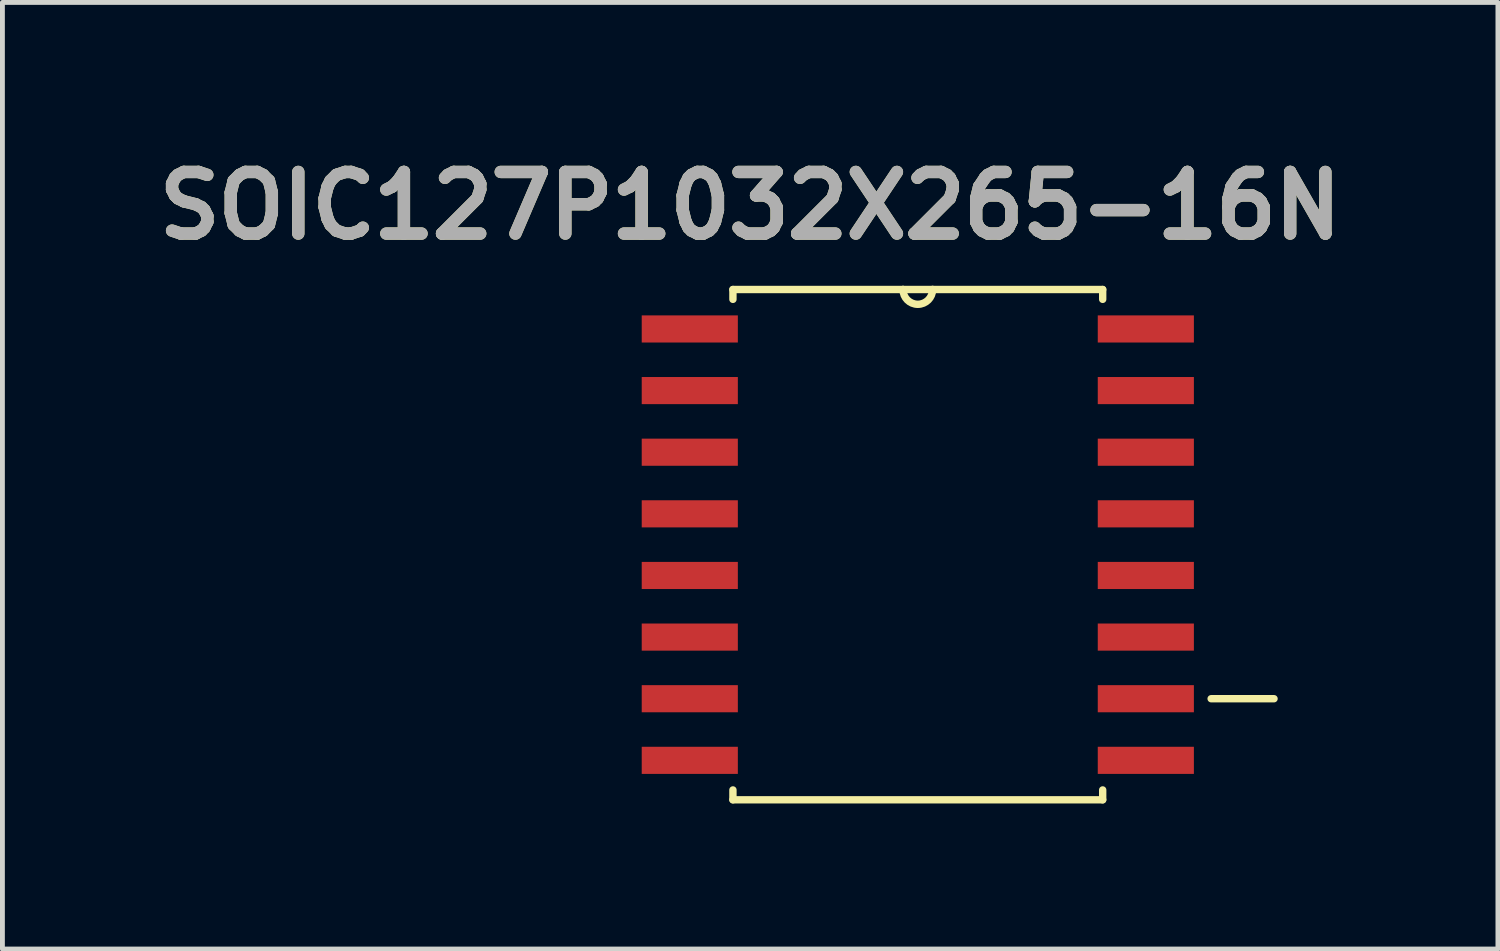
<source format=kicad_pcb>
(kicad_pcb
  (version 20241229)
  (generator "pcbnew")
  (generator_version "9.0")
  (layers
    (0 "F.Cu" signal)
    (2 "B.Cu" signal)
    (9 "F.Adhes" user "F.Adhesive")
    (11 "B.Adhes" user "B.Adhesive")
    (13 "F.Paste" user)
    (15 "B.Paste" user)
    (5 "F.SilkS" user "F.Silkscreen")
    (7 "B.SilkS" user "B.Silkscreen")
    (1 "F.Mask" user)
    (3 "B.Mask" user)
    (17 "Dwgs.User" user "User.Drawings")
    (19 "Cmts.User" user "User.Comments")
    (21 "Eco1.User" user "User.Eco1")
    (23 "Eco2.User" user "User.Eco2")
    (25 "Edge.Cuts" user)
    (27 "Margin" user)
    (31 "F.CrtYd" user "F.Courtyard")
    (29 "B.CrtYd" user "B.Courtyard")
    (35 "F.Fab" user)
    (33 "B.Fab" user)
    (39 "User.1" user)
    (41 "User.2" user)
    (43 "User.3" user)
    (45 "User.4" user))
  (footprint "SOIC127P1032X265-16N"
    (layer "F.Cu")
    (at 15.864 8.174)
    (property "Reference" "SOIC127P1032X265-16N" (at -3.454 -6.985 0) (layer "F.SilkS") (effects (font (size 1.27 1.27) (thickness 0.254))))
    (attr smd)
    (fp_line (start -3.81 -5.258) (end -3.81 -5.055) (stroke (width 0.152) (type solid)) (layer "F.SilkS"))
    (fp_line (start -3.81 5.055) (end -3.81 5.258) (stroke (width 0.152) (type solid)) (layer "F.SilkS"))
    (fp_line (start -3.81 5.258) (end 3.81 5.258) (stroke (width 0.152) (type solid)) (layer "F.SilkS"))
    (fp_line (start -0.305 -5.258) (end -3.81 -5.258) (stroke (width 0.152) (type solid)) (layer "F.SilkS"))
    (fp_line (start 0.305 -5.258) (end -0.305 -5.258) (stroke (width 0.152) (type solid)) (layer "F.SilkS"))
    (fp_line (start 3.81 -5.258) (end 0.305 -5.258) (stroke (width 0.152) (type solid)) (layer "F.SilkS"))
    (fp_line (start 3.81 -5.055) (end 3.81 -5.258) (stroke (width 0.152) (type solid)) (layer "F.SilkS"))
    (fp_line (start 3.81 5.258) (end 3.81 5.055) (stroke (width 0.152) (type solid)) (layer "F.SilkS"))
    (fp_line (start 6.045 3.175) (end 7.341 3.175) (stroke (width 0.152) (type solid)) (layer "F.SilkS"))
    (fp_arc (start 0.3048 -5.2578) (mid 0 -4.953) (end -0.3048 -5.2578) (stroke (width 0.1524) (type solid)) (layer "F.SilkS"))
    (fp_text user "${REFERENCE}" (at -3.454 -6.985 0) (layer "F.Fab") (effects (font (size 1.27 1.27) (thickness 0.254))))
    (pad "1" smd rect (at -4.699 -4.445 90) (size 0.559 1.981) (layers "F.Cu" "F.Mask" "F.Paste"))
    (pad "2" smd rect (at -4.699 -3.175 90) (size 0.559 1.981) (layers "F.Cu" "F.Mask" "F.Paste"))
    (pad "3" smd rect (at -4.699 -1.905 90) (size 0.559 1.981) (layers "F.Cu" "F.Mask" "F.Paste"))
    (pad "4" smd rect (at -4.699 -0.635 90) (size 0.559 1.981) (layers "F.Cu" "F.Mask" "F.Paste"))
    (pad "5" smd rect (at -4.699 0.635 90) (size 0.559 1.981) (layers "F.Cu" "F.Mask" "F.Paste"))
    (pad "6" smd rect (at -4.699 1.905 90) (size 0.559 1.981) (layers "F.Cu" "F.Mask" "F.Paste"))
    (pad "7" smd rect (at -4.699 3.175 90) (size 0.559 1.981) (layers "F.Cu" "F.Mask" "F.Paste"))
    (pad "8" smd rect (at -4.699 4.445 90) (size 0.559 1.981) (layers "F.Cu" "F.Mask" "F.Paste"))
    (pad "9" smd rect (at 4.699 4.445 90) (size 0.559 1.981) (layers "F.Cu" "F.Mask" "F.Paste"))
    (pad "10" smd rect (at 4.699 3.175 90) (size 0.559 1.981) (layers "F.Cu" "F.Mask" "F.Paste"))
    (pad "11" smd rect (at 4.699 1.905 90) (size 0.559 1.981) (layers "F.Cu" "F.Mask" "F.Paste"))
    (pad "12" smd rect (at 4.699 0.635 90) (size 0.559 1.981) (layers "F.Cu" "F.Mask" "F.Paste"))
    (pad "13" smd rect (at 4.699 -0.635 90) (size 0.559 1.981) (layers "F.Cu" "F.Mask" "F.Paste"))
    (pad "14" smd rect (at 4.699 -1.905 90) (size 0.559 1.981) (layers "F.Cu" "F.Mask" "F.Paste"))
    (pad "15" smd rect (at 4.699 -3.175 90) (size 0.559 1.981) (layers "F.Cu" "F.Mask" "F.Paste"))
    (pad "16" smd rect (at 4.699 -4.445 90) (size 0.559 1.981) (layers "F.Cu" "F.Mask" "F.Paste")))
  (gr_rect
    (start -3 -3)
    (end 27.819 16.508)
    (stroke (width 0.1) (type default))
    (fill no)
    (layer "Edge.Cuts")))
</source>
